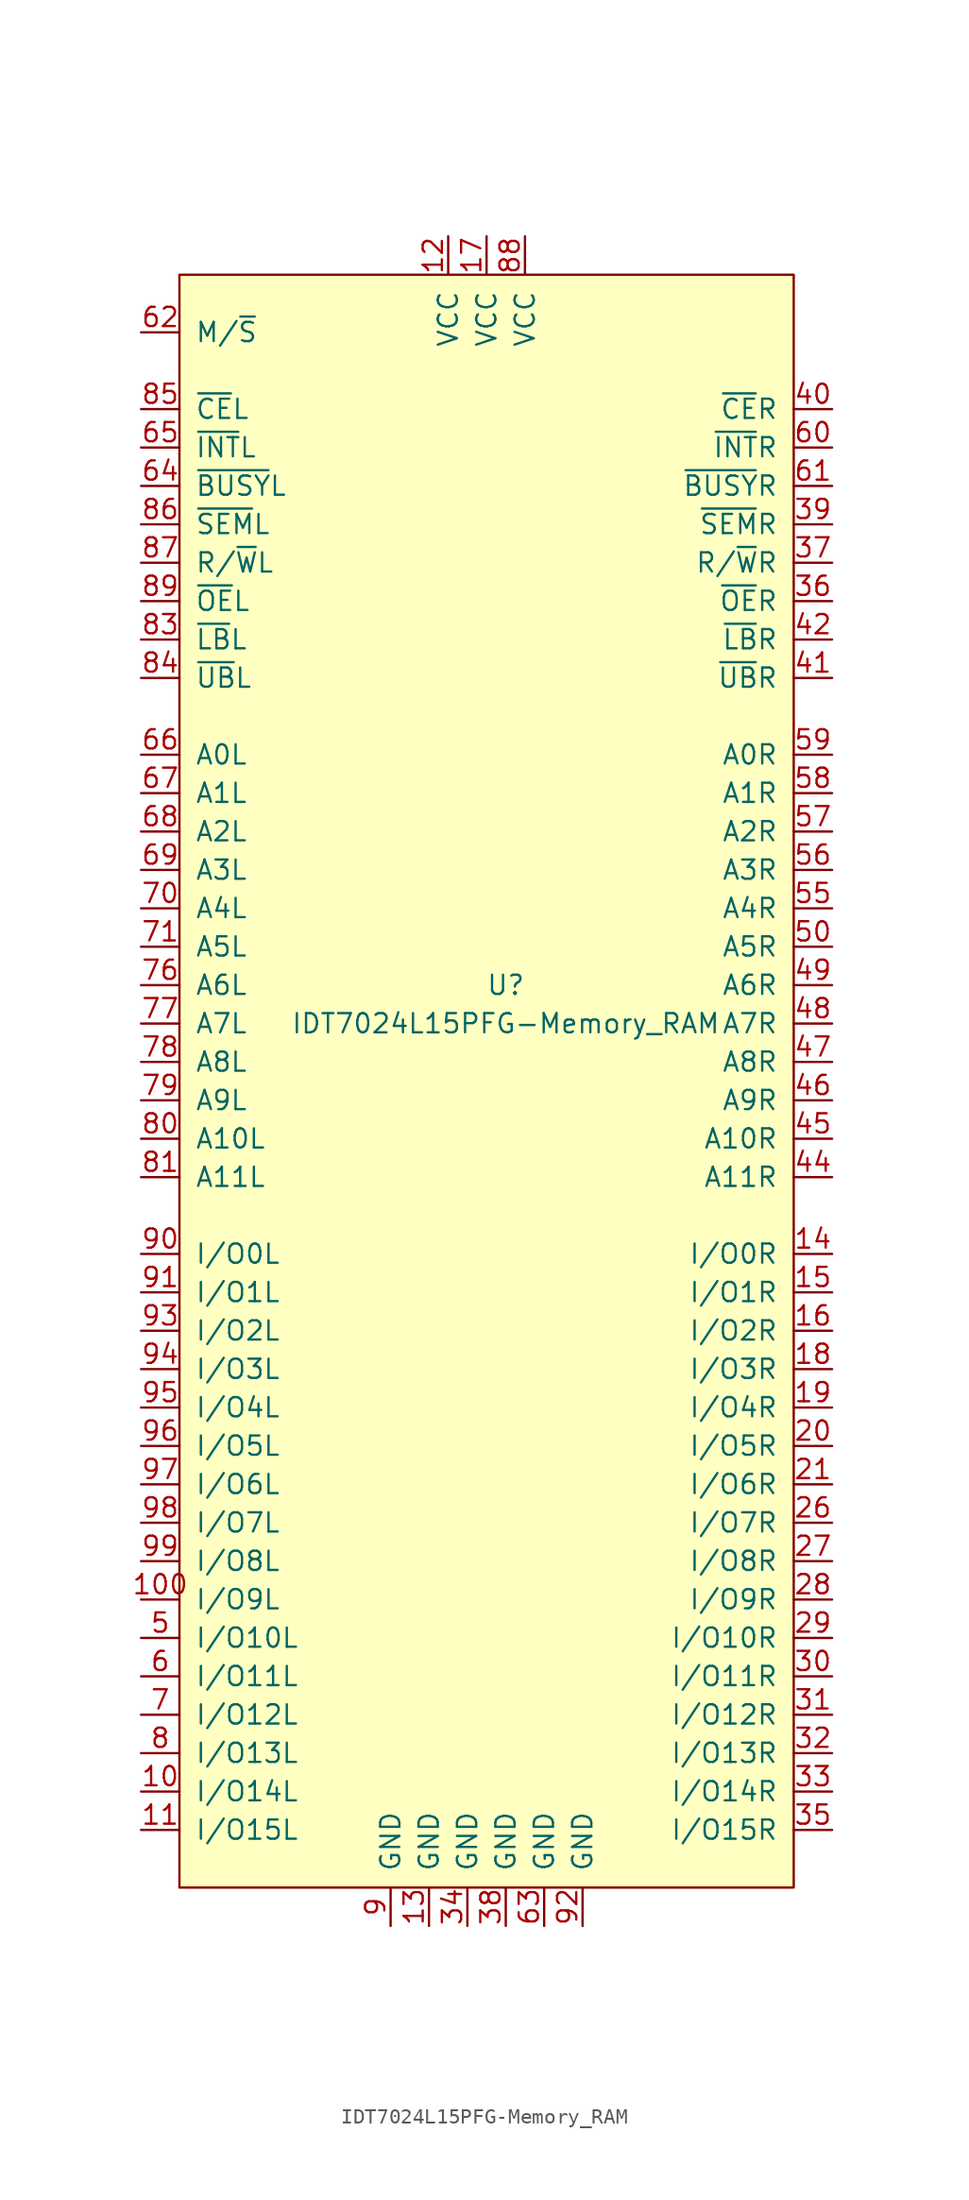
<source format=kicad_sym>
(kicad_symbol_lib
  (version 20220914)
  (generator kicad_symbol_editor)
  (symbol "IDT7024L15PFG-Memory_RAM"
    (pin_names
      (offset 1.016))
    (property "Reference" "U"
      (at 1.27 1.27 0)
      (effects (font (size 1.27 1.27))))
    (property "Value" "IDT7024L15PFG-Memory_RAM"
      (at 1.27 -1.27 0)
      (effects (font (size 1.27 1.27))))
    (symbol "IDT7024L15PFG-Memory_RAM_0_0"
      (pin power_in line (at 1.27 -60.96 90) (length 2.54) (name "GND" (effects (font (size 1.27 1.27)))) (number "38" (effects (font (size 1.27 1.27)))))
      (pin input line (at 22.86 31.75 180) (length 2.54) (name "~{SEM}R" (effects (font (size 1.27 1.27)))) (number "39" (effects (font (size 1.27 1.27)))))
      (pin input line (at 22.86 39.37 180) (length 2.54) (name "~{CE}R" (effects (font (size 1.27 1.27)))) (number "40" (effects (font (size 1.27 1.27))))))
    (symbol "IDT7024L15PFG-Memory_RAM_0_1"
      (rectangle (start -20.32 48.26) (end 20.32 -58.42) (stroke (width 0) (type solid)) (fill (type background))))
    (symbol "IDT7024L15PFG-Memory_RAM_1_1"
      (pin no_connect line (at -2.54 -49.53 180) (length 2.54) hide (name "~" (effects (font (size 1.27 1.27)))) (number "1" (effects (font (size 1.27 1.27)))))
      (pin tri_state line (at -22.86 -52.07 0) (length 2.54) (name "I/O14L" (effects (font (size 1.27 1.27)))) (number "10" (effects (font (size 1.27 1.27)))))
      (pin tri_state line (at -22.86 -39.37 0) (length 2.54) (name "I/O9L" (effects (font (size 1.27 1.27)))) (number "100" (effects (font (size 1.27 1.27)))))
      (pin tri_state line (at -22.86 -54.61 0) (length 2.54) (name "I/O15L" (effects (font (size 1.27 1.27)))) (number "11" (effects (font (size 1.27 1.27)))))
      (pin power_in line (at -2.54 50.8 270) (length 2.54) (name "VCC" (effects (font (size 1.27 1.27)))) (number "12" (effects (font (size 1.27 1.27)))))
      (pin power_in line (at -3.81 -60.96 90) (length 2.54) (name "GND" (effects (font (size 1.27 1.27)))) (number "13" (effects (font (size 1.27 1.27)))))
      (pin tri_state line (at 22.86 -16.51 180) (length 2.54) (name "I/O0R" (effects (font (size 1.27 1.27)))) (number "14" (effects (font (size 1.27 1.27)))))
      (pin tri_state line (at 22.86 -19.05 180) (length 2.54) (name "I/O1R" (effects (font (size 1.27 1.27)))) (number "15" (effects (font (size 1.27 1.27)))))
      (pin tri_state line (at 22.86 -21.59 180) (length 2.54) (name "I/O2R" (effects (font (size 1.27 1.27)))) (number "16" (effects (font (size 1.27 1.27)))))
      (pin power_in line (at 0 50.8 270) (length 2.54) (name "VCC" (effects (font (size 1.27 1.27)))) (number "17" (effects (font (size 1.27 1.27)))))
      (pin tri_state line (at 22.86 -24.13 180) (length 2.54) (name "I/O3R" (effects (font (size 1.27 1.27)))) (number "18" (effects (font (size 1.27 1.27)))))
      (pin tri_state line (at 22.86 -26.67 180) (length 2.54) (name "I/O4R" (effects (font (size 1.27 1.27)))) (number "19" (effects (font (size 1.27 1.27)))))
      (pin no_connect line (at -2.54 -46.99 180) (length 2.54) hide (name "~" (effects (font (size 1.27 1.27)))) (number "2" (effects (font (size 1.27 1.27)))))
      (pin tri_state line (at 22.86 -29.21 180) (length 2.54) (name "I/O5R" (effects (font (size 1.27 1.27)))) (number "20" (effects (font (size 1.27 1.27)))))
      (pin tri_state line (at 22.86 -31.75 180) (length 2.54) (name "I/O6R" (effects (font (size 1.27 1.27)))) (number "21" (effects (font (size 1.27 1.27)))))
      (pin no_connect line (at -2.54 -39.37 180) (length 2.54) hide (name "~" (effects (font (size 1.27 1.27)))) (number "22" (effects (font (size 1.27 1.27)))))
      (pin no_connect line (at -2.54 -36.83 180) (length 2.54) hide (name "~" (effects (font (size 1.27 1.27)))) (number "23" (effects (font (size 1.27 1.27)))))
      (pin no_connect line (at -2.54 -34.29 180) (length 2.54) hide (name "~" (effects (font (size 1.27 1.27)))) (number "24" (effects (font (size 1.27 1.27)))))
      (pin no_connect line (at -2.54 -31.75 180) (length 2.54) hide (name "~" (effects (font (size 1.27 1.27)))) (number "25" (effects (font (size 1.27 1.27)))))
      (pin tri_state line (at 22.86 -34.29 180) (length 2.54) (name "I/O7R" (effects (font (size 1.27 1.27)))) (number "26" (effects (font (size 1.27 1.27)))))
      (pin tri_state line (at 22.86 -36.83 180) (length 2.54) (name "I/O8R" (effects (font (size 1.27 1.27)))) (number "27" (effects (font (size 1.27 1.27)))))
      (pin tri_state line (at 22.86 -39.37 180) (length 2.54) (name "I/O9R" (effects (font (size 1.27 1.27)))) (number "28" (effects (font (size 1.27 1.27)))))
      (pin tri_state line (at 22.86 -41.91 180) (length 2.54) (name "I/O10R" (effects (font (size 1.27 1.27)))) (number "29" (effects (font (size 1.27 1.27)))))
      (pin no_connect line (at -2.54 -44.45 180) (length 2.54) hide (name "~" (effects (font (size 1.27 1.27)))) (number "3" (effects (font (size 1.27 1.27)))))
      (pin tri_state line (at 22.86 -44.45 180) (length 2.54) (name "I/O11R" (effects (font (size 1.27 1.27)))) (number "30" (effects (font (size 1.27 1.27)))))
      (pin tri_state line (at 22.86 -46.99 180) (length 2.54) (name "I/O12R" (effects (font (size 1.27 1.27)))) (number "31" (effects (font (size 1.27 1.27)))))
      (pin tri_state line (at 22.86 -49.53 180) (length 2.54) (name "I/O13R" (effects (font (size 1.27 1.27)))) (number "32" (effects (font (size 1.27 1.27)))))
      (pin tri_state line (at 22.86 -52.07 180) (length 2.54) (name "I/O14R" (effects (font (size 1.27 1.27)))) (number "33" (effects (font (size 1.27 1.27)))))
      (pin power_in line (at -1.27 -60.96 90) (length 2.54) (name "GND" (effects (font (size 1.27 1.27)))) (number "34" (effects (font (size 1.27 1.27)))))
      (pin tri_state line (at 22.86 -54.61 180) (length 2.54) (name "I/O15R" (effects (font (size 1.27 1.27)))) (number "35" (effects (font (size 1.27 1.27)))))
      (pin input line (at 22.86 26.67 180) (length 2.54) (name "~{OE}R" (effects (font (size 1.27 1.27)))) (number "36" (effects (font (size 1.27 1.27)))))
      (pin input line (at 22.86 29.21 180) (length 2.54) (name "R/~{W}R" (effects (font (size 1.27 1.27)))) (number "37" (effects (font (size 1.27 1.27)))))
      (pin no_connect line (at -2.54 -41.91 180) (length 2.54) hide (name "~" (effects (font (size 1.27 1.27)))) (number "4" (effects (font (size 1.27 1.27)))))
      (pin input line (at 22.86 21.59 180) (length 2.54) (name "~{UB}R" (effects (font (size 1.27 1.27)))) (number "41" (effects (font (size 1.27 1.27)))))
      (pin input line (at 22.86 24.13 180) (length 2.54) (name "~{LB}R" (effects (font (size 1.27 1.27)))) (number "42" (effects (font (size 1.27 1.27)))))
      (pin no_connect line (at -2.54 -29.21 180) (length 2.54) hide (name "~" (effects (font (size 1.27 1.27)))) (number "43" (effects (font (size 1.27 1.27)))))
      (pin input line (at 22.86 -11.43 180) (length 2.54) (name "A11R" (effects (font (size 1.27 1.27)))) (number "44" (effects (font (size 1.27 1.27)))))
      (pin input line (at 22.86 -8.89 180) (length 2.54) (name "A10R" (effects (font (size 1.27 1.27)))) (number "45" (effects (font (size 1.27 1.27)))))
      (pin input line (at 22.86 -6.35 180) (length 2.54) (name "A9R" (effects (font (size 1.27 1.27)))) (number "46" (effects (font (size 1.27 1.27)))))
      (pin input line (at 22.86 -3.81 180) (length 2.54) (name "A8R" (effects (font (size 1.27 1.27)))) (number "47" (effects (font (size 1.27 1.27)))))
      (pin input line (at 22.86 -1.27 180) (length 2.54) (name "A7R" (effects (font (size 1.27 1.27)))) (number "48" (effects (font (size 1.27 1.27)))))
      (pin input line (at 22.86 1.27 180) (length 2.54) (name "A6R" (effects (font (size 1.27 1.27)))) (number "49" (effects (font (size 1.27 1.27)))))
      (pin tri_state line (at -22.86 -41.91 0) (length 2.54) (name "I/O10L" (effects (font (size 1.27 1.27)))) (number "5" (effects (font (size 1.27 1.27)))))
      (pin input line (at 22.86 3.81 180) (length 2.54) (name "A5R" (effects (font (size 1.27 1.27)))) (number "50" (effects (font (size 1.27 1.27)))))
      (pin no_connect line (at -2.54 -26.67 180) (length 2.54) hide (name "~" (effects (font (size 1.27 1.27)))) (number "51" (effects (font (size 1.27 1.27)))))
      (pin no_connect line (at -2.54 -24.13 180) (length 2.54) hide (name "~" (effects (font (size 1.27 1.27)))) (number "52" (effects (font (size 1.27 1.27)))))
      (pin no_connect line (at -2.54 -21.59 180) (length 2.54) hide (name "~" (effects (font (size 1.27 1.27)))) (number "53" (effects (font (size 1.27 1.27)))))
      (pin no_connect line (at -2.54 -19.05 180) (length 2.54) hide (name "~" (effects (font (size 1.27 1.27)))) (number "54" (effects (font (size 1.27 1.27)))))
      (pin input line (at 22.86 6.35 180) (length 2.54) (name "A4R" (effects (font (size 1.27 1.27)))) (number "55" (effects (font (size 1.27 1.27)))))
      (pin input line (at 22.86 8.89 180) (length 2.54) (name "A3R" (effects (font (size 1.27 1.27)))) (number "56" (effects (font (size 1.27 1.27)))))
      (pin input line (at 22.86 11.43 180) (length 2.54) (name "A2R" (effects (font (size 1.27 1.27)))) (number "57" (effects (font (size 1.27 1.27)))))
      (pin input line (at 22.86 13.97 180) (length 2.54) (name "A1R" (effects (font (size 1.27 1.27)))) (number "58" (effects (font (size 1.27 1.27)))))
      (pin input line (at 22.86 16.51 180) (length 2.54) (name "A0R" (effects (font (size 1.27 1.27)))) (number "59" (effects (font (size 1.27 1.27)))))
      (pin tri_state line (at -22.86 -44.45 0) (length 2.54) (name "I/O11L" (effects (font (size 1.27 1.27)))) (number "6" (effects (font (size 1.27 1.27)))))
      (pin output line (at 22.86 36.83 180) (length 2.54) (name "~{INT}R" (effects (font (size 1.27 1.27)))) (number "60" (effects (font (size 1.27 1.27)))))
      (pin input line (at 22.86 34.29 180) (length 2.54) (name "~{BUSY}R" (effects (font (size 1.27 1.27)))) (number "61" (effects (font (size 1.27 1.27)))))
      (pin input line (at -22.86 44.45 0) (length 2.54) (name "M/~{S}" (effects (font (size 1.27 1.27)))) (number "62" (effects (font (size 1.27 1.27)))))
      (pin power_in line (at 3.81 -60.96 90) (length 2.54) (name "GND" (effects (font (size 1.27 1.27)))) (number "63" (effects (font (size 1.27 1.27)))))
      (pin input line (at -22.86 34.29 0) (length 2.54) (name "~{BUSY}L" (effects (font (size 1.27 1.27)))) (number "64" (effects (font (size 1.27 1.27)))))
      (pin output line (at -22.86 36.83 0) (length 2.54) (name "~{INT}L" (effects (font (size 1.27 1.27)))) (number "65" (effects (font (size 1.27 1.27)))))
      (pin input line (at -22.86 16.51 0) (length 2.54) (name "A0L" (effects (font (size 1.27 1.27)))) (number "66" (effects (font (size 1.27 1.27)))))
      (pin input line (at -22.86 13.97 0) (length 2.54) (name "A1L" (effects (font (size 1.27 1.27)))) (number "67" (effects (font (size 1.27 1.27)))))
      (pin input line (at -22.86 11.43 0) (length 2.54) (name "A2L" (effects (font (size 1.27 1.27)))) (number "68" (effects (font (size 1.27 1.27)))))
      (pin input line (at -22.86 8.89 0) (length 2.54) (name "A3L" (effects (font (size 1.27 1.27)))) (number "69" (effects (font (size 1.27 1.27)))))
      (pin tri_state line (at -22.86 -46.99 0) (length 2.54) (name "I/O12L" (effects (font (size 1.27 1.27)))) (number "7" (effects (font (size 1.27 1.27)))))
      (pin input line (at -22.86 6.35 0) (length 2.54) (name "A4L" (effects (font (size 1.27 1.27)))) (number "70" (effects (font (size 1.27 1.27)))))
      (pin input line (at -22.86 3.81 0) (length 2.54) (name "A5L" (effects (font (size 1.27 1.27)))) (number "71" (effects (font (size 1.27 1.27)))))
      (pin no_connect line (at -2.54 -16.51 180) (length 2.54) hide (name "~" (effects (font (size 1.27 1.27)))) (number "72" (effects (font (size 1.27 1.27)))))
      (pin no_connect line (at -2.54 -13.97 180) (length 2.54) hide (name "~" (effects (font (size 1.27 1.27)))) (number "73" (effects (font (size 1.27 1.27)))))
      (pin no_connect line (at -2.54 -11.43 180) (length 2.54) hide (name "~" (effects (font (size 1.27 1.27)))) (number "74" (effects (font (size 1.27 1.27)))))
      (pin no_connect line (at -2.54 -8.89 180) (length 2.54) hide (name "~" (effects (font (size 1.27 1.27)))) (number "75" (effects (font (size 1.27 1.27)))))
      (pin input line (at -22.86 1.27 0) (length 2.54) (name "A6L" (effects (font (size 1.27 1.27)))) (number "76" (effects (font (size 1.27 1.27)))))
      (pin input line (at -22.86 -1.27 0) (length 2.54) (name "A7L" (effects (font (size 1.27 1.27)))) (number "77" (effects (font (size 1.27 1.27)))))
      (pin input line (at -22.86 -3.81 0) (length 2.54) (name "A8L" (effects (font (size 1.27 1.27)))) (number "78" (effects (font (size 1.27 1.27)))))
      (pin input line (at -22.86 -6.35 0) (length 2.54) (name "A9L" (effects (font (size 1.27 1.27)))) (number "79" (effects (font (size 1.27 1.27)))))
      (pin tri_state line (at -22.86 -49.53 0) (length 2.54) (name "I/O13L" (effects (font (size 1.27 1.27)))) (number "8" (effects (font (size 1.27 1.27)))))
      (pin input line (at -22.86 -8.89 0) (length 2.54) (name "A10L" (effects (font (size 1.27 1.27)))) (number "80" (effects (font (size 1.27 1.27)))))
      (pin input line (at -22.86 -11.43 0) (length 2.54) (name "A11L" (effects (font (size 1.27 1.27)))) (number "81" (effects (font (size 1.27 1.27)))))
      (pin no_connect line (at -2.54 -6.35 180) (length 2.54) hide (name "~" (effects (font (size 1.27 1.27)))) (number "82" (effects (font (size 1.27 1.27)))))
      (pin input line (at -22.86 24.13 0) (length 2.54) (name "~{LB}L" (effects (font (size 1.27 1.27)))) (number "83" (effects (font (size 1.27 1.27)))))
      (pin input line (at -22.86 21.59 0) (length 2.54) (name "~{UB}L" (effects (font (size 1.27 1.27)))) (number "84" (effects (font (size 1.27 1.27)))))
      (pin input line (at -22.86 39.37 0) (length 2.54) (name "~{CE}L" (effects (font (size 1.27 1.27)))) (number "85" (effects (font (size 1.27 1.27)))))
      (pin input line (at -22.86 31.75 0) (length 2.54) (name "~{SEM}L" (effects (font (size 1.27 1.27)))) (number "86" (effects (font (size 1.27 1.27)))))
      (pin input line (at -22.86 29.21 0) (length 2.54) (name "R/~{W}L" (effects (font (size 1.27 1.27)))) (number "87" (effects (font (size 1.27 1.27)))))
      (pin power_in line (at 2.54 50.8 270) (length 2.54) (name "VCC" (effects (font (size 1.27 1.27)))) (number "88" (effects (font (size 1.27 1.27)))))
      (pin input line (at -22.86 26.67 0) (length 2.54) (name "~{OE}L" (effects (font (size 1.27 1.27)))) (number "89" (effects (font (size 1.27 1.27)))))
      (pin power_in line (at -6.35 -60.96 90) (length 2.54) (name "GND" (effects (font (size 1.27 1.27)))) (number "9" (effects (font (size 1.27 1.27)))))
      (pin tri_state line (at -22.86 -16.51 0) (length 2.54) (name "I/O0L" (effects (font (size 1.27 1.27)))) (number "90" (effects (font (size 1.27 1.27)))))
      (pin tri_state line (at -22.86 -19.05 0) (length 2.54) (name "I/O1L" (effects (font (size 1.27 1.27)))) (number "91" (effects (font (size 1.27 1.27)))))
      (pin power_in line (at 6.35 -60.96 90) (length 2.54) (name "GND" (effects (font (size 1.27 1.27)))) (number "92" (effects (font (size 1.27 1.27)))))
      (pin tri_state line (at -22.86 -21.59 0) (length 2.54) (name "I/O2L" (effects (font (size 1.27 1.27)))) (number "93" (effects (font (size 1.27 1.27)))))
      (pin tri_state line (at -22.86 -24.13 0) (length 2.54) (name "I/O3L" (effects (font (size 1.27 1.27)))) (number "94" (effects (font (size 1.27 1.27)))))
      (pin tri_state line (at -22.86 -26.67 0) (length 2.54) (name "I/O4L" (effects (font (size 1.27 1.27)))) (number "95" (effects (font (size 1.27 1.27)))))
      (pin tri_state line (at -22.86 -29.21 0) (length 2.54) (name "I/O5L" (effects (font (size 1.27 1.27)))) (number "96" (effects (font (size 1.27 1.27)))))
      (pin tri_state line (at -22.86 -31.75 0) (length 2.54) (name "I/O6L" (effects (font (size 1.27 1.27)))) (number "97" (effects (font (size 1.27 1.27)))))
      (pin tri_state line (at -22.86 -34.29 0) (length 2.54) (name "I/O7L" (effects (font (size 1.27 1.27)))) (number "98" (effects (font (size 1.27 1.27)))))
      (pin tri_state line (at -22.86 -36.83 0) (length 2.54) (name "I/O8L" (effects (font (size 1.27 1.27)))) (number "99" (effects (font (size 1.27 1.27))))))))
</source>
